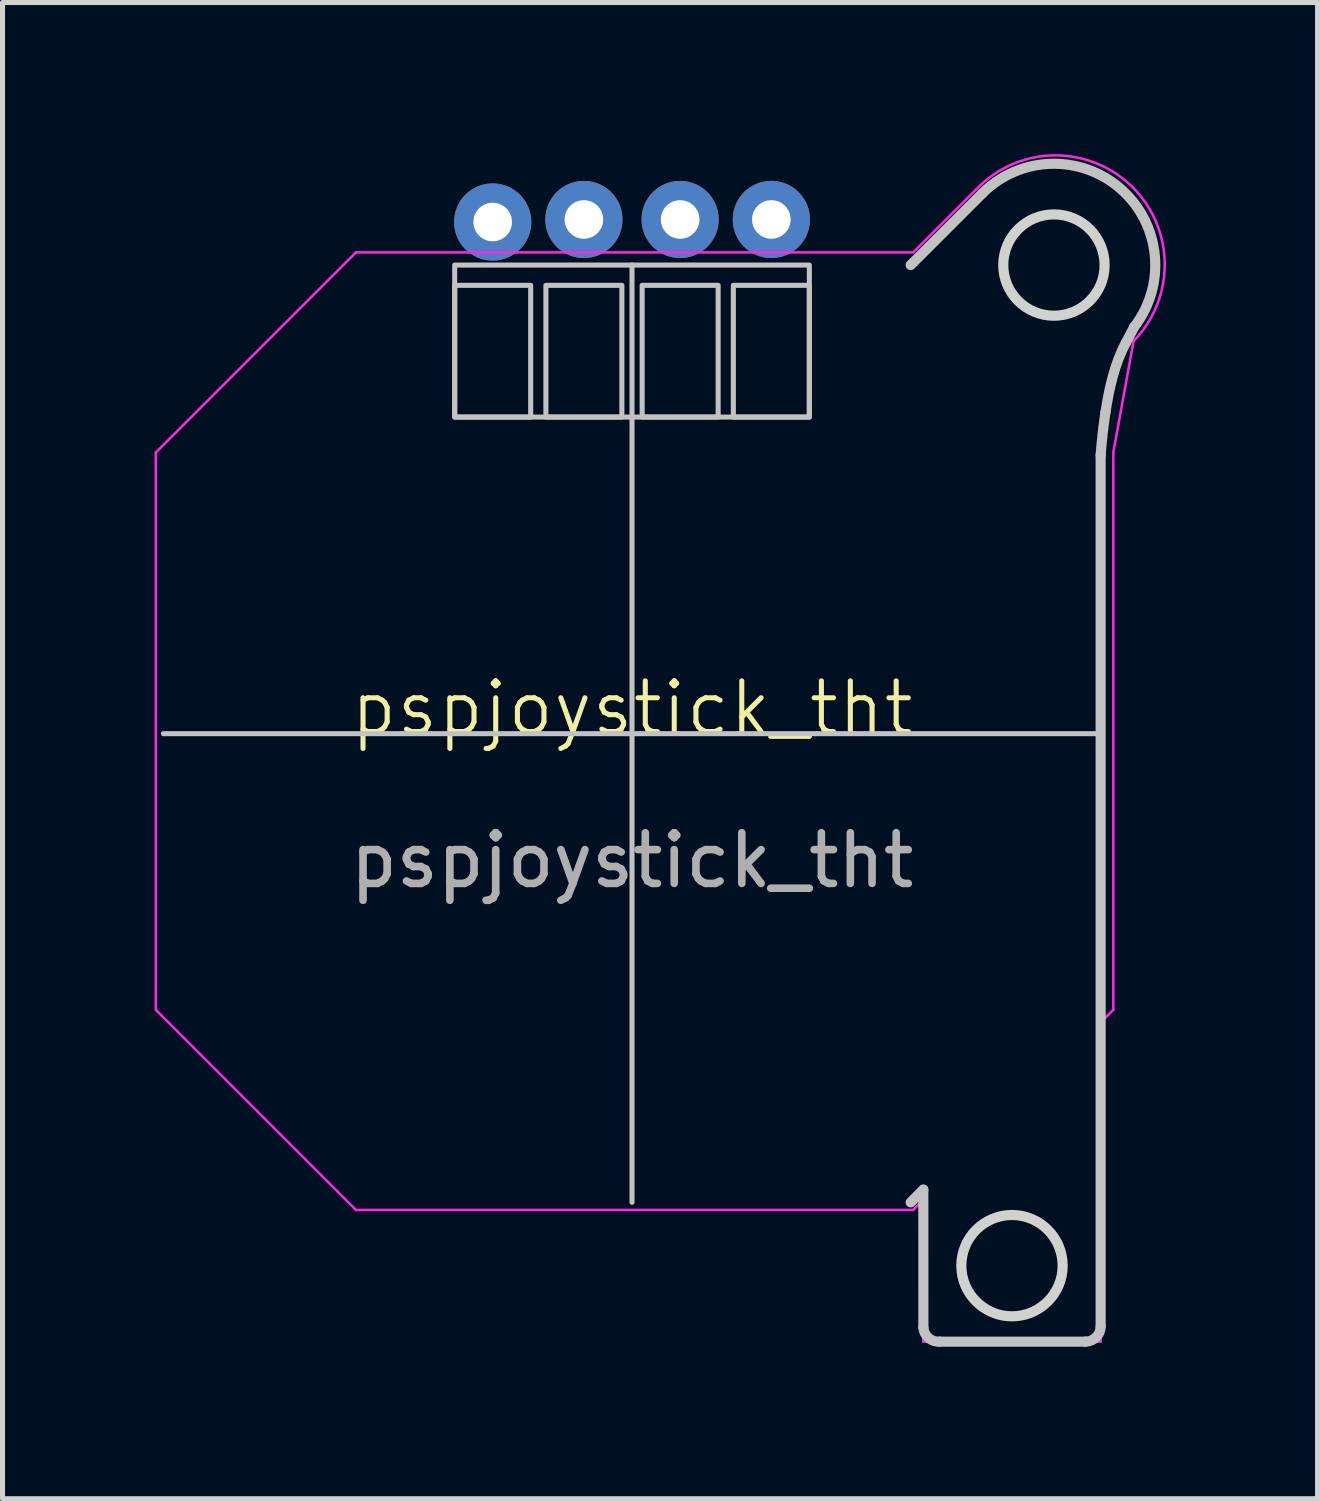
<source format=kicad_pcb>
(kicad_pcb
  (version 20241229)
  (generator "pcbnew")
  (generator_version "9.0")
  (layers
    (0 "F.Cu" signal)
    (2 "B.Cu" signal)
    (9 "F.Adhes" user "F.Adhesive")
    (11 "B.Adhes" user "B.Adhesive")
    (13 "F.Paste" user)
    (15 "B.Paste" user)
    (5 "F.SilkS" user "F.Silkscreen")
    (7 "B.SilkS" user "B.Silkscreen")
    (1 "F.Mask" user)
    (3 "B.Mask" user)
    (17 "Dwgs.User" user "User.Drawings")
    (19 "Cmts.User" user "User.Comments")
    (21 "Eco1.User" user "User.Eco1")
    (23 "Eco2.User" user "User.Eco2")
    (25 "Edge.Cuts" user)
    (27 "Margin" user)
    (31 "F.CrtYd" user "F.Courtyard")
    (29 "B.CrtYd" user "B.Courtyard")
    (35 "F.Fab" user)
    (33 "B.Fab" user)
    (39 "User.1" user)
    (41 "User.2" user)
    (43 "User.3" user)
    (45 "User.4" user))
  (footprint "pspjoystick_tht"
    (layer "F.Cu")
    (at 9.425 11.432)
    (property "Reference" "pspjoystick_tht" (at 0 -0.5 0) (unlocked yes) (layer "F.SilkS") (effects (font (size 1 1) (thickness 0.1))))
    (fp_line (start -9.25 0) (end 9.25 0) (stroke (width 0.1) (type default)) (layer "Dwgs.User"))
    (fp_line (start -0.000001 9.25) (end -0.000001 -9.25) (stroke (width 0.1) (type default)) (layer "Dwgs.User"))
    (fp_line (start 5.5 9.25) (end 5.75 9) (stroke (width 0.2) (type default)) (layer "Dwgs.User"))
    (fp_line (start 5.75 9) (end 5.751 11.722) (stroke (width 0.2) (type default)) (layer "Dwgs.User"))
    (fp_line (start 6.072 12) (end 8.95 12) (stroke (width 0.2) (type default)) (layer "Dwgs.User"))
    (fp_line (start 6.914 -10.664) (end 5.5 -9.25) (stroke (width 0.2) (type default)) (layer "Dwgs.User"))
    (fp_line (start 9.25 11.7) (end 9.25 -5.5) (stroke (width 0.2) (type default)) (layer "Dwgs.User"))
    (fp_rect (start -3.5 -9.25) (end 3.5 -6.25) (stroke (width 0.1) (type default)) (fill no) (layer "Dwgs.User"))
    (fp_rect (start -3.5 -8.85) (end -2 -6.25) (stroke (width 0.1) (type default)) (fill no) (layer "Dwgs.User"))
    (fp_rect (start -1.7 -8.85) (end -0.2 -6.25) (stroke (width 0.1) (type default)) (fill no) (layer "Dwgs.User"))
    (fp_rect (start 0.2 -8.85) (end 1.7 -6.25) (stroke (width 0.1) (type default)) (fill no) (layer "Dwgs.User"))
    (fp_rect (start 2 -8.85) (end 3.5 -6.25) (stroke (width 0.1) (type default)) (fill no) (layer "Dwgs.User"))
    (fp_arc (start 6.07177 11.999999) (mid 5.853536 11.927518) (end 5.750732 11.721823) (stroke (width 0.2) (type default)) (layer "Dwgs.User"))
    (fp_arc (start 6.914206 -10.664207) (mid 9.648747 -10.752228) (end 9.912468 -8.029011) (stroke (width 0.2) (type default)) (layer "Dwgs.User"))
    (fp_arc (start 9.25 11.699986) (mid 9.162134 11.91212) (end 8.95 11.999986) (stroke (width 0.2) (type default)) (layer "Dwgs.User"))
    (fp_curve (pts (xy 9.25 -5.5) (xy 9.271 -5.78) (xy 9.303 -6.057) (xy 9.343 -6.332)) (stroke (width 0.2) (type default)) (layer "Dwgs.User"))
    (fp_curve (pts (xy 9.343 -6.332) (xy 9.418 -6.815) (xy 9.524 -7.3) (xy 9.747 -7.715)) (stroke (width 0.2) (type default)) (layer "Dwgs.User"))
    (fp_curve (pts (xy 9.747 -7.715) (xy 9.802 -7.82) (xy 9.857 -7.924) (xy 9.912 -8.029)) (stroke (width 0.2) (type default)) (layer "Dwgs.User"))
    (fp_circle (center 7.5 10.5) (end 8.5 10.5) (stroke (width 0.2) (type default)) (fill no) (layer "Edge.Cuts"))
    (fp_circle (center 8.328 -9.25) (end 9.328 -9.25) (stroke (width 0.2) (type default)) (fill no) (layer "Edge.Cuts"))
    (fp_line (start -9.4 -5.55) (end -5.45 -9.5) (stroke (width 0.05) (type default)) (layer "F.CrtYd"))
    (fp_line (start -9.4 5.45) (end -9.4 -5.55) (stroke (width 0.05) (type default)) (layer "F.CrtYd"))
    (fp_line (start -5.45 -9.5) (end 5.55 -9.5) (stroke (width 0.05) (type default)) (layer "F.CrtYd"))
    (fp_line (start -5.45 9.4) (end -9.4 5.45) (stroke (width 0.05) (type default)) (layer "F.CrtYd"))
    (fp_line (start 5.55 -9.5) (end 6.8 -10.75) (stroke (width 0.05) (type default)) (layer "F.CrtYd"))
    (fp_line (start 5.55 9.4) (end -5.45 9.4) (stroke (width 0.05) (type default)) (layer "F.CrtYd"))
    (fp_line (start 5.75 9.2) (end 5.55 9.4) (stroke (width 0.05) (type default)) (layer "F.CrtYd"))
    (fp_line (start 5.75 12) (end 5.75 9.2) (stroke (width 0.05) (type default)) (layer "F.CrtYd"))
    (fp_line (start 9.25 5.7) (end 9.25 12) (stroke (width 0.05) (type default)) (layer "F.CrtYd"))
    (fp_line (start 9.25 12) (end 5.75 12) (stroke (width 0.05) (type default)) (layer "F.CrtYd"))
    (fp_line (start 9.5 -5.55) (end 9.5 5.45) (stroke (width 0.05) (type default)) (layer "F.CrtYd"))
    (fp_line (start 9.5 5.45) (end 9.25 5.7) (stroke (width 0.05) (type default)) (layer "F.CrtYd"))
    (fp_line (start 9.9 -7.75) (end 9.5 -5.55) (stroke (width 0.05) (type default)) (layer "F.CrtYd"))
    (fp_arc (start 6.8 -10.75) (mid 9.85 -10.8) (end 9.9 -7.75) (stroke (width 0.05) (type default)) (layer "F.CrtYd"))
    (fp_text user "${REFERENCE}" (at 0 2.5 0) (unlocked yes) (layer "F.Fab") (effects (font (size 1 1) (thickness 0.15))))
    (pad "1" thru_hole circle (at -2.75 -10.1) (size 1.524 1.524) (drill 0.762) (layers "*.Cu" "*.Mask"))
    (pad "2" thru_hole circle (at -0.95 -10.15) (size 1.524 1.524) (drill 0.762) (layers "*.Cu" "*.Mask"))
    (pad "3" thru_hole circle (at 0.95 -10.15) (size 1.524 1.524) (drill 0.762) (layers "*.Cu" "*.Mask"))
    (pad "4" thru_hole circle (at 2.75 -10.15) (size 1.524 1.524) (drill 0.762) (layers "*.Cu" "*.Mask")))
  (gr_rect
    (start -3 -3)
    (end 22.957 26.533)
    (stroke (width 0.1) (type default))
    (fill no)
    (layer "Edge.Cuts")))
</source>
